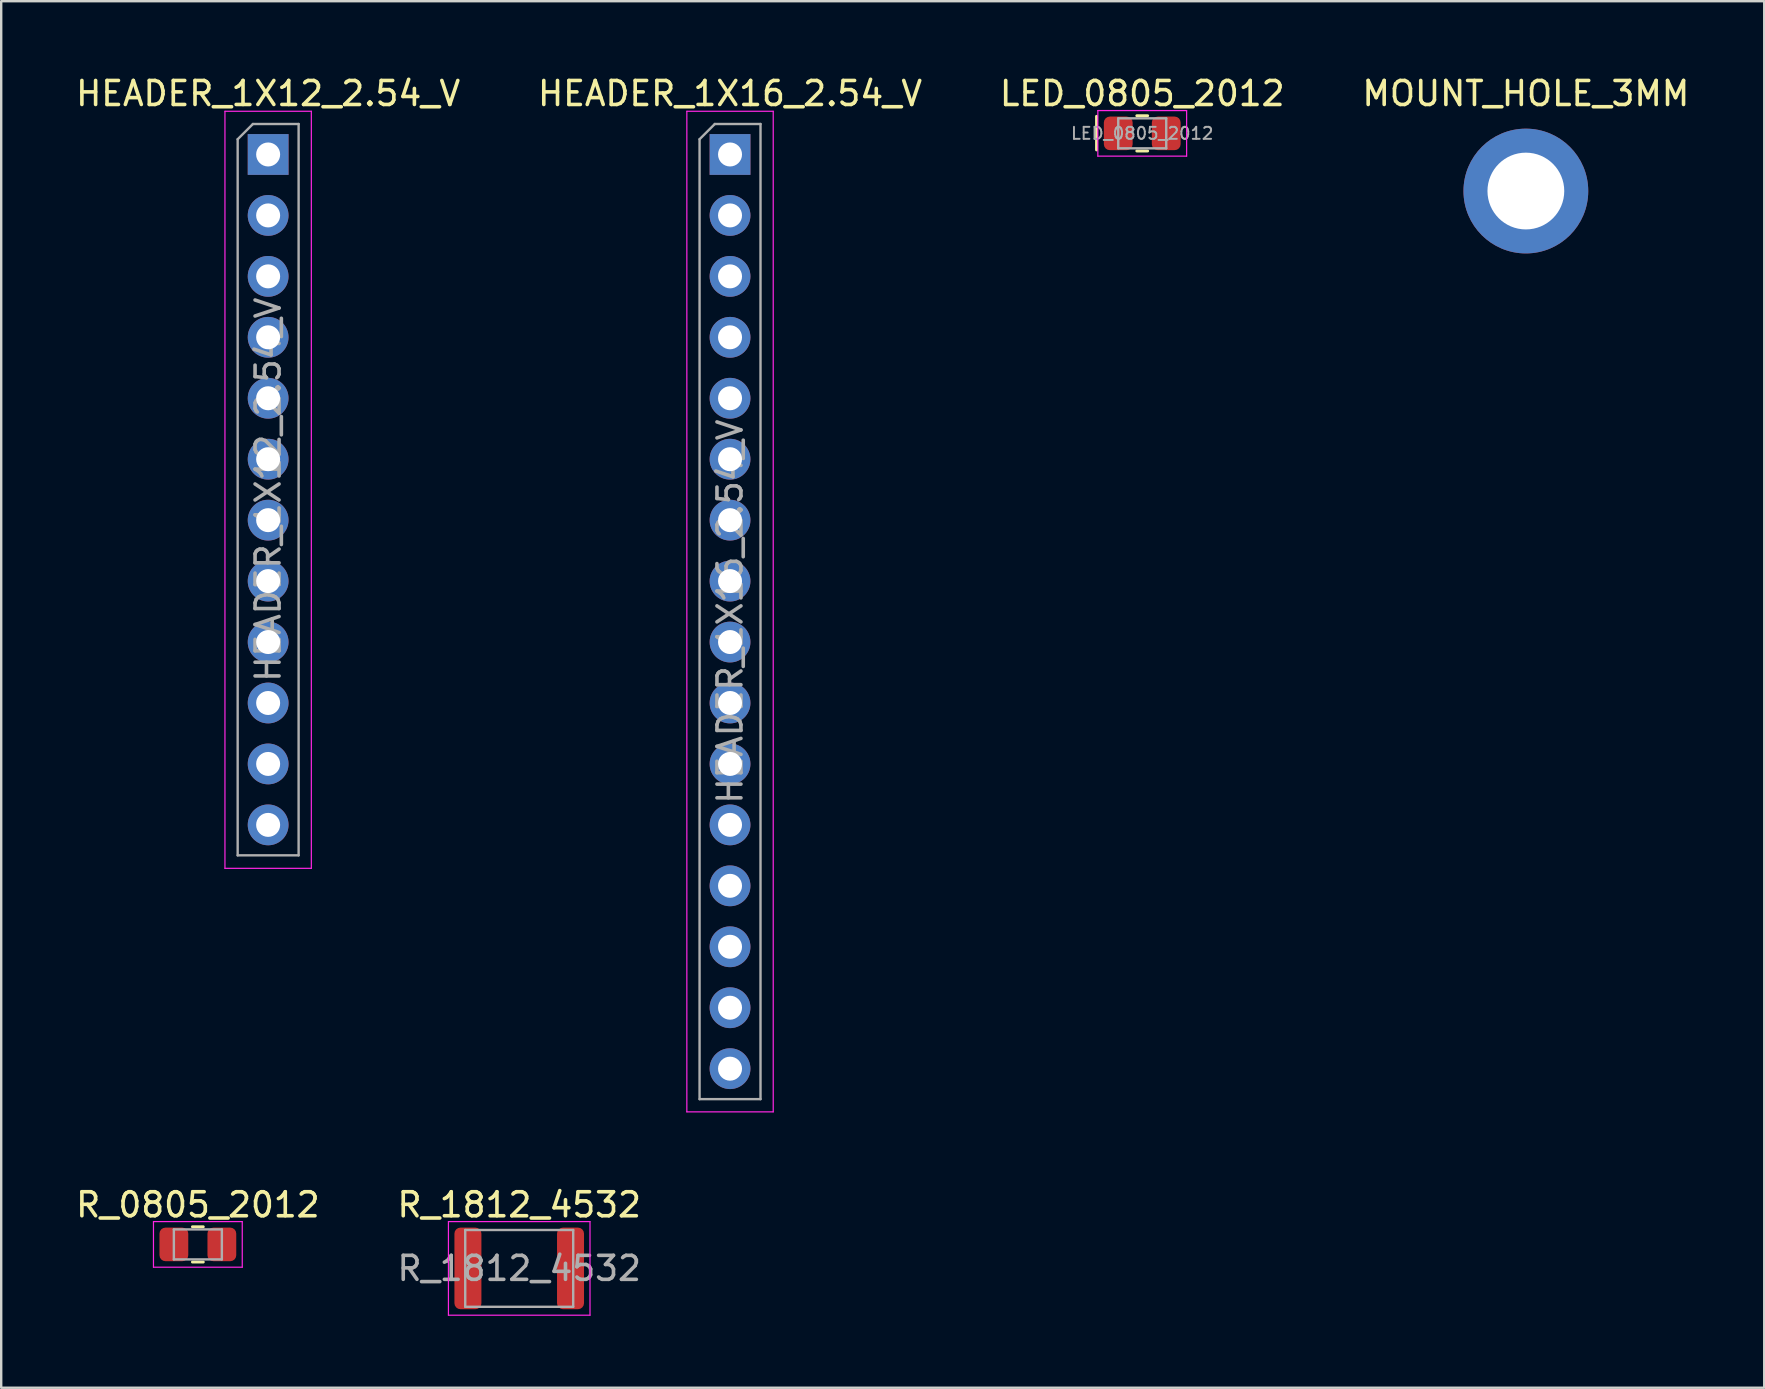
<source format=kicad_pcb>
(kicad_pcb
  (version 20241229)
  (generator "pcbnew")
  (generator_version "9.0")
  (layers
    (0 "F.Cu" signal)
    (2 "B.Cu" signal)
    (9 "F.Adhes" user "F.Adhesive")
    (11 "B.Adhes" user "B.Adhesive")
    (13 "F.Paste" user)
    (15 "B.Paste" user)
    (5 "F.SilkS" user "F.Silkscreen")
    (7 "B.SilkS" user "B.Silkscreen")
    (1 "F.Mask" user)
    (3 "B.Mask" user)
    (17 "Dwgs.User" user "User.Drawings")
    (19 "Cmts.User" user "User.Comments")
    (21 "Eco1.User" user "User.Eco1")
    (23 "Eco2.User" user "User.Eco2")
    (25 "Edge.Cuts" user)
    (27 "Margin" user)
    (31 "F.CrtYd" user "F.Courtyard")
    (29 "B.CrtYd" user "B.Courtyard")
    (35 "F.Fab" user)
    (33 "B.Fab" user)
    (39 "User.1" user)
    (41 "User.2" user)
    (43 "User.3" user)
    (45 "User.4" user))
  (footprint "MOUNT_HOLE_3MM"
    (layer "F.Cu")
    (at 60.542 4.912)
    (property "Reference" "MOUNT_HOLE_3MM" (at 0 -4.064 0) (unlocked yes) (layer "F.SilkS") (effects (font (size 1 1) (thickness 0.15))))
    (attr through_hole)
    (pad "1" thru_hole circle (at 0 0) (size 5.2 5.2) (drill 3.2) (layers "*.Cu" "*.Mask")))
  (footprint "LED_0805_2012"
    (layer "F.Cu")
    (at 44.554 2.498)
    (property "Reference" "LED_0805_2012" (at 0 -1.65 0) (layer "F.SilkS") (effects (font (size 1 1) (thickness 0.15))))
    (attr smd)
    (fp_line (start -1.905 -0.7) (end -1.905 0.7) (stroke (width 0.12) (type solid)) (layer "F.SilkS"))
    (fp_line (start -0.227 -0.725) (end 0.227 -0.725) (stroke (width 0.12) (type solid)) (layer "F.SilkS"))
    (fp_line (start -0.227 0.745) (end 0.227 0.745) (stroke (width 0.12) (type solid)) (layer "F.SilkS"))
    (fp_line (start -1.85 -0.94) (end 1.85 -0.94) (stroke (width 0.05) (type solid)) (layer "F.CrtYd"))
    (fp_line (start -1.85 0.96) (end -1.85 -0.94) (stroke (width 0.05) (type solid)) (layer "F.CrtYd"))
    (fp_line (start 1.85 -0.94) (end 1.85 0.96) (stroke (width 0.05) (type solid)) (layer "F.CrtYd"))
    (fp_line (start 1.85 0.96) (end -1.85 0.96) (stroke (width 0.05) (type solid)) (layer "F.CrtYd"))
    (fp_line (start -1 -0.615) (end 1 -0.615) (stroke (width 0.1) (type solid)) (layer "F.Fab"))
    (fp_line (start -1 0.635) (end -1 -0.615) (stroke (width 0.1) (type solid)) (layer "F.Fab"))
    (fp_line (start 1 -0.615) (end 1 0.635) (stroke (width 0.1) (type solid)) (layer "F.Fab"))
    (fp_line (start 1 0.635) (end -1 0.635) (stroke (width 0.1) (type solid)) (layer "F.Fab"))
    (fp_text user "${REFERENCE}" (at 0 0.01 0) (layer "F.Fab") (effects (font (size 0.5 0.5) (thickness 0.08))))
    (pad "1" smd roundrect (at -1 0.01) (size 1.2 1.4) (layers "F.Cu" "F.Mask" "F.Paste") (roundrect_rratio 0.208))
    (pad "2" smd roundrect (at 1 0.01) (size 1.2 1.4) (layers "F.Cu" "F.Mask" "F.Paste") (roundrect_rratio 0.208)))
  (footprint "R_1812_4532"
    (layer "F.Cu")
    (at 18.589 49.812)
    (property "Reference" "R_1812_4532" (at 0 -2.65 0) (layer "F.SilkS") (effects (font (size 1 1) (thickness 0.15))))
    (attr smd)
    (fp_line (start -2.95 -1.95) (end 2.95 -1.95) (stroke (width 0.05) (type solid)) (layer "F.CrtYd"))
    (fp_line (start -2.95 1.95) (end -2.95 -1.95) (stroke (width 0.05) (type solid)) (layer "F.CrtYd"))
    (fp_line (start 2.95 -1.95) (end 2.95 1.95) (stroke (width 0.05) (type solid)) (layer "F.CrtYd"))
    (fp_line (start 2.95 1.95) (end -2.95 1.95) (stroke (width 0.05) (type solid)) (layer "F.CrtYd"))
    (fp_line (start -2.25 -1.6) (end 2.25 -1.6) (stroke (width 0.1) (type solid)) (layer "F.Fab"))
    (fp_line (start -2.25 1.6) (end -2.25 -1.6) (stroke (width 0.1) (type solid)) (layer "F.Fab"))
    (fp_line (start 2.25 -1.6) (end 2.25 1.6) (stroke (width 0.1) (type solid)) (layer "F.Fab"))
    (fp_line (start 2.25 1.6) (end -2.25 1.6) (stroke (width 0.1) (type solid)) (layer "F.Fab"))
    (fp_text user "${REFERENCE}" (at 0 0 0) (layer "F.Fab") (effects (font (size 1 1) (thickness 0.15))))
    (pad "1" smd roundrect (at -2.138 0) (size 1.125 3.4) (layers "F.Cu" "F.Mask" "F.Paste") (roundrect_rratio 0.222))
    (pad "2" smd roundrect (at 2.138 0) (size 1.125 3.4) (layers "F.Cu" "F.Mask" "F.Paste") (roundrect_rratio 0.222)))
  (footprint "R_0805_2012"
    (layer "F.Cu")
    (at 5.196 48.812)
    (property "Reference" "R_0805_2012" (at 0 -1.65 0) (layer "F.SilkS") (effects (font (size 1 1) (thickness 0.15))))
    (attr smd)
    (fp_line (start -0.227 -0.735) (end 0.227 -0.735) (stroke (width 0.12) (type solid)) (layer "F.SilkS"))
    (fp_line (start -0.227 0.735) (end 0.227 0.735) (stroke (width 0.12) (type solid)) (layer "F.SilkS"))
    (fp_line (start -1.85 -0.95) (end 1.85 -0.95) (stroke (width 0.05) (type solid)) (layer "F.CrtYd"))
    (fp_line (start -1.85 0.95) (end -1.85 -0.95) (stroke (width 0.05) (type solid)) (layer "F.CrtYd"))
    (fp_line (start 1.85 -0.95) (end 1.85 0.95) (stroke (width 0.05) (type solid)) (layer "F.CrtYd"))
    (fp_line (start 1.85 0.95) (end -1.85 0.95) (stroke (width 0.05) (type solid)) (layer "F.CrtYd"))
    (fp_line (start -1 -0.625) (end 1 -0.625) (stroke (width 0.1) (type solid)) (layer "F.Fab"))
    (fp_line (start -1 0.625) (end -1 -0.625) (stroke (width 0.1) (type solid)) (layer "F.Fab"))
    (fp_line (start 1 -0.625) (end 1 0.625) (stroke (width 0.1) (type solid)) (layer "F.Fab"))
    (fp_line (start 1 0.625) (end -1 0.625) (stroke (width 0.1) (type solid)) (layer "F.Fab"))
    (pad "1" smd roundrect (at -1 0) (size 1.2 1.4) (layers "F.Cu" "F.Mask" "F.Paste") (roundrect_rratio 0.208))
    (pad "2" smd roundrect (at 1 0) (size 1.2 1.4) (layers "F.Cu" "F.Mask" "F.Paste") (roundrect_rratio 0.208)))
  (footprint "HEADER_1X12_2.54_V"
    (layer "F.Cu")
    (at 8.125 3.388)
    (property "Reference" "HEADER_1X12_2.54_V" (at 0 -2.54 0) (layer "F.SilkS") (effects (font (size 1 1) (thickness 0.15))))
    (attr through_hole)
    (fp_line (start -1.8 -1.8) (end -1.8 29.75) (stroke (width 0.05) (type solid)) (layer "F.CrtYd"))
    (fp_line (start -1.8 29.75) (end 1.8 29.75) (stroke (width 0.05) (type solid)) (layer "F.CrtYd"))
    (fp_line (start 1.8 -1.8) (end -1.8 -1.8) (stroke (width 0.05) (type solid)) (layer "F.CrtYd"))
    (fp_line (start 1.8 29.75) (end 1.8 -1.8) (stroke (width 0.05) (type solid)) (layer "F.CrtYd"))
    (fp_line (start -1.27 -0.635) (end -0.635 -1.27) (stroke (width 0.1) (type solid)) (layer "F.Fab"))
    (fp_line (start -1.27 29.21) (end -1.27 -0.635) (stroke (width 0.1) (type solid)) (layer "F.Fab"))
    (fp_line (start -0.635 -1.27) (end 1.27 -1.27) (stroke (width 0.1) (type solid)) (layer "F.Fab"))
    (fp_line (start 1.27 -1.27) (end 1.27 29.21) (stroke (width 0.1) (type solid)) (layer "F.Fab"))
    (fp_line (start 1.27 29.21) (end -1.27 29.21) (stroke (width 0.1) (type solid)) (layer "F.Fab"))
    (fp_text user "${REFERENCE}" (at 0 13.97 90) (layer "F.Fab") (effects (font (size 1 1) (thickness 0.15))))
    (pad "1" thru_hole rect (at 0 0) (size 1.7 1.7) (drill 1) (layers "*.Cu" "*.Mask"))
    (pad "2" thru_hole oval (at 0 2.54) (size 1.7 1.7) (drill 1) (layers "*.Cu" "*.Mask"))
    (pad "3" thru_hole oval (at 0 5.08) (size 1.7 1.7) (drill 1) (layers "*.Cu" "*.Mask"))
    (pad "4" thru_hole oval (at 0 7.62) (size 1.7 1.7) (drill 1) (layers "*.Cu" "*.Mask"))
    (pad "5" thru_hole oval (at 0 10.16) (size 1.7 1.7) (drill 1) (layers "*.Cu" "*.Mask"))
    (pad "6" thru_hole oval (at 0 12.7) (size 1.7 1.7) (drill 1) (layers "*.Cu" "*.Mask"))
    (pad "7" thru_hole oval (at 0 15.24) (size 1.7 1.7) (drill 1) (layers "*.Cu" "*.Mask"))
    (pad "8" thru_hole oval (at 0 17.78) (size 1.7 1.7) (drill 1) (layers "*.Cu" "*.Mask"))
    (pad "9" thru_hole oval (at 0 20.32) (size 1.7 1.7) (drill 1) (layers "*.Cu" "*.Mask"))
    (pad "10" thru_hole oval (at 0 22.86) (size 1.7 1.7) (drill 1) (layers "*.Cu" "*.Mask"))
    (pad "11" thru_hole oval (at 0 25.4) (size 1.7 1.7) (drill 1) (layers "*.Cu" "*.Mask"))
    (pad "12" thru_hole oval (at 0 27.94) (size 1.7 1.7) (drill 1) (layers "*.Cu" "*.Mask")))
  (footprint "HEADER_1X16_2.54_V"
    (layer "F.Cu")
    (at 27.375 3.388)
    (property "Reference" "HEADER_1X16_2.54_V" (at 0 -2.54 0) (layer "F.SilkS") (effects (font (size 1 1) (thickness 0.15))))
    (attr through_hole)
    (fp_line (start -1.8 -1.8) (end -1.8 39.9) (stroke (width 0.05) (type solid)) (layer "F.CrtYd"))
    (fp_line (start -1.8 39.9) (end 1.8 39.9) (stroke (width 0.05) (type solid)) (layer "F.CrtYd"))
    (fp_line (start 1.8 -1.8) (end -1.8 -1.8) (stroke (width 0.05) (type solid)) (layer "F.CrtYd"))
    (fp_line (start 1.8 39.9) (end 1.8 -1.8) (stroke (width 0.05) (type solid)) (layer "F.CrtYd"))
    (fp_line (start -1.27 -0.635) (end -0.635 -1.27) (stroke (width 0.1) (type solid)) (layer "F.Fab"))
    (fp_line (start -1.27 39.37) (end -1.27 -0.635) (stroke (width 0.1) (type solid)) (layer "F.Fab"))
    (fp_line (start -0.635 -1.27) (end 1.27 -1.27) (stroke (width 0.1) (type solid)) (layer "F.Fab"))
    (fp_line (start 1.27 -1.27) (end 1.27 39.37) (stroke (width 0.1) (type solid)) (layer "F.Fab"))
    (fp_line (start 1.27 39.37) (end -1.27 39.37) (stroke (width 0.1) (type solid)) (layer "F.Fab"))
    (fp_text user "${REFERENCE}" (at 0 19.05 90) (layer "F.Fab") (effects (font (size 1 1) (thickness 0.15))))
    (pad "1" thru_hole rect (at 0 0) (size 1.7 1.7) (drill 1) (layers "*.Cu" "*.Mask"))
    (pad "2" thru_hole oval (at 0 2.54) (size 1.7 1.7) (drill 1) (layers "*.Cu" "*.Mask"))
    (pad "3" thru_hole oval (at 0 5.08) (size 1.7 1.7) (drill 1) (layers "*.Cu" "*.Mask"))
    (pad "4" thru_hole oval (at 0 7.62) (size 1.7 1.7) (drill 1) (layers "*.Cu" "*.Mask"))
    (pad "5" thru_hole oval (at 0 10.16) (size 1.7 1.7) (drill 1) (layers "*.Cu" "*.Mask"))
    (pad "6" thru_hole oval (at 0 12.7) (size 1.7 1.7) (drill 1) (layers "*.Cu" "*.Mask"))
    (pad "7" thru_hole oval (at 0 15.24) (size 1.7 1.7) (drill 1) (layers "*.Cu" "*.Mask"))
    (pad "8" thru_hole oval (at 0 17.78) (size 1.7 1.7) (drill 1) (layers "*.Cu" "*.Mask"))
    (pad "9" thru_hole oval (at 0 20.32) (size 1.7 1.7) (drill 1) (layers "*.Cu" "*.Mask"))
    (pad "10" thru_hole oval (at 0 22.86) (size 1.7 1.7) (drill 1) (layers "*.Cu" "*.Mask"))
    (pad "11" thru_hole oval (at 0 25.4) (size 1.7 1.7) (drill 1) (layers "*.Cu" "*.Mask"))
    (pad "12" thru_hole oval (at 0 27.94) (size 1.7 1.7) (drill 1) (layers "*.Cu" "*.Mask"))
    (pad "13" thru_hole oval (at 0 30.48) (size 1.7 1.7) (drill 1) (layers "*.Cu" "*.Mask"))
    (pad "14" thru_hole oval (at 0 33.02) (size 1.7 1.7) (drill 1) (layers "*.Cu" "*.Mask"))
    (pad "15" thru_hole oval (at 0 35.56) (size 1.7 1.7) (drill 1) (layers "*.Cu" "*.Mask"))
    (pad "16" thru_hole oval (at 0 38.1) (size 1.7 1.7) (drill 1) (layers "*.Cu" "*.Mask")))
  (gr_rect
    (start -3 -3)
    (end 70.476 54.786)
    (stroke (width 0.1) (type default))
    (fill no)
    (layer "Edge.Cuts")))
</source>
